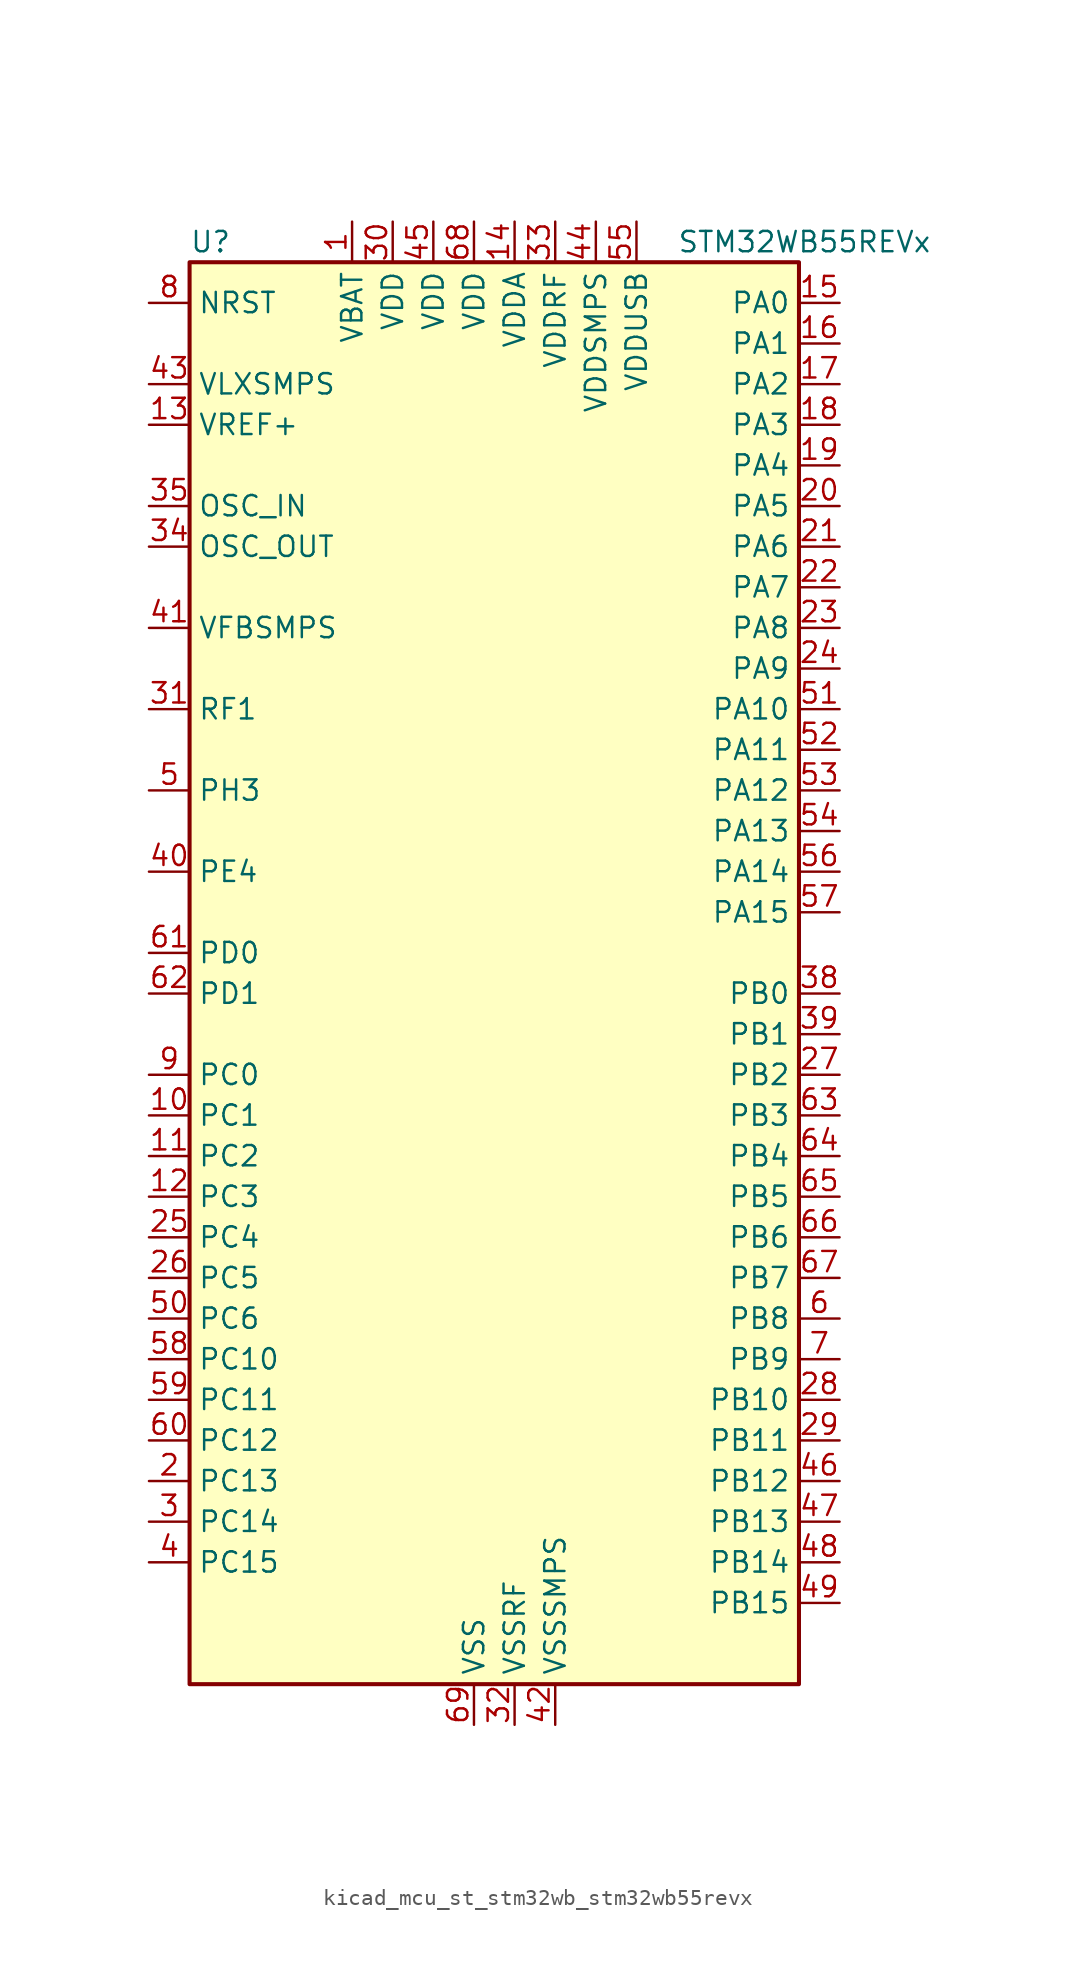
<source format=kicad_sym>
(kicad_symbol_lib
  (version 20220914)
  (generator kicad_symbol_editor)
  (symbol "kicad_mcu_st_stm32wb_stm32wb55revx"
    (property "Reference" "U"
      (at -17.78 46.99 0)
      (effects (font (size 1.27 1.27)) (justify left)))
    (property "Value" "STM32WB55REVx"
      (at 12.7 46.99 0)
      (effects (font (size 1.27 1.27)) (justify left)))
    (property "ki_locked" ""
      (at 0 0 0)
      (effects (font (size 1.27 1.27))))
    (symbol "kicad_mcu_st_stm32wb_stm32wb55revx_0_1"
      (rectangle (start -17.78 -43.18) (end 20.32 45.72) (stroke (width 0.254) (type default)) (fill (type background))))
    (symbol "kicad_mcu_st_stm32wb_stm32wb55revx_1_1"
      (pin power_in line (at -7.62 48.26 270) (length 2.54) (name "VBAT" (effects (font (size 1.27 1.27)))) (number "1" (effects (font (size 1.27 1.27)))))
      (pin bidirectional line (at -20.32 -7.62 0) (length 2.54) (name "PC1" (effects (font (size 1.27 1.27)))) (number "10" (effects (font (size 1.27 1.27)))) (alternate "ADC1_IN2" bidirectional line) (alternate "I2C3_SDA" bidirectional line) (alternate "LCD_SEG19" bidirectional line) (alternate "LPTIM1_OUT" bidirectional line) (alternate "LPUART1_TX" bidirectional line) (alternate "SPI2_MOSI" bidirectional line))
      (pin bidirectional line (at -20.32 -10.16 0) (length 2.54) (name "PC2" (effects (font (size 1.27 1.27)))) (number "11" (effects (font (size 1.27 1.27)))) (alternate "ADC1_IN3" bidirectional line) (alternate "LCD_SEG20" bidirectional line) (alternate "LPTIM1_IN2" bidirectional line) (alternate "SPI2_MISO" bidirectional line))
      (pin bidirectional line (at -20.32 -12.7 0) (length 2.54) (name "PC3" (effects (font (size 1.27 1.27)))) (number "12" (effects (font (size 1.27 1.27)))) (alternate "ADC1_IN4" bidirectional line) (alternate "LCD_VLCD" bidirectional line) (alternate "LPTIM1_ETR" bidirectional line) (alternate "LPTIM2_ETR" bidirectional line) (alternate "SAI1_D1" bidirectional line) (alternate "SAI1_SD_A" bidirectional line) (alternate "SPI2_MOSI" bidirectional line))
      (pin input line (at -20.32 35.56 0) (length 2.54) (name "VREF+" (effects (font (size 1.27 1.27)))) (number "13" (effects (font (size 1.27 1.27)))) (alternate "VREFBUF_OUT" bidirectional line))
      (pin power_in line (at 2.54 48.26 270) (length 2.54) (name "VDDA" (effects (font (size 1.27 1.27)))) (number "14" (effects (font (size 1.27 1.27)))))
      (pin bidirectional line (at 22.86 43.18 180) (length 2.54) (name "PA0" (effects (font (size 1.27 1.27)))) (number "15" (effects (font (size 1.27 1.27)))) (alternate "ADC1_IN5" bidirectional line) (alternate "COMP1_INM" bidirectional line) (alternate "COMP1_OUT" bidirectional line) (alternate "RTC_TAMP2" bidirectional line) (alternate "SAI1_EXTCLK" bidirectional line) (alternate "SYS_WKUP1" bidirectional line) (alternate "TIM2_CH1" bidirectional line) (alternate "TIM2_ETR" bidirectional line))
      (pin bidirectional line (at 22.86 40.64 180) (length 2.54) (name "PA1" (effects (font (size 1.27 1.27)))) (number "16" (effects (font (size 1.27 1.27)))) (alternate "ADC1_IN6" bidirectional line) (alternate "COMP1_INP" bidirectional line) (alternate "I2C1_SMBA" bidirectional line) (alternate "LCD_SEG0" bidirectional line) (alternate "SPI1_SCK" bidirectional line) (alternate "TIM2_CH2" bidirectional line))
      (pin bidirectional line (at 22.86 38.1 180) (length 2.54) (name "PA2" (effects (font (size 1.27 1.27)))) (number "17" (effects (font (size 1.27 1.27)))) (alternate "ADC1_IN7" bidirectional line) (alternate "COMP2_INM" bidirectional line) (alternate "COMP2_OUT" bidirectional line) (alternate "LCD_SEG1" bidirectional line) (alternate "LPUART1_TX" bidirectional line) (alternate "QUADSPI_BK1_NCS" bidirectional line) (alternate "RCC_LSCO" bidirectional line) (alternate "SYS_WKUP4" bidirectional line) (alternate "TIM2_CH3" bidirectional line))
      (pin bidirectional line (at 22.86 35.56 180) (length 2.54) (name "PA3" (effects (font (size 1.27 1.27)))) (number "18" (effects (font (size 1.27 1.27)))) (alternate "ADC1_IN8" bidirectional line) (alternate "COMP2_INP" bidirectional line) (alternate "LCD_SEG2" bidirectional line) (alternate "LPUART1_RX" bidirectional line) (alternate "QUADSPI_CLK" bidirectional line) (alternate "SAI1_CK1" bidirectional line) (alternate "SAI1_MCLK_A" bidirectional line) (alternate "TIM2_CH4" bidirectional line))
      (pin bidirectional line (at 22.86 33.02 180) (length 2.54) (name "PA4" (effects (font (size 1.27 1.27)))) (number "19" (effects (font (size 1.27 1.27)))) (alternate "ADC1_IN9" bidirectional line) (alternate "COMP1_INM" bidirectional line) (alternate "COMP2_INM" bidirectional line) (alternate "LCD_SEG5" bidirectional line) (alternate "LPTIM2_OUT" bidirectional line) (alternate "SAI1_FS_B" bidirectional line) (alternate "SPI1_NSS" bidirectional line))
      (pin bidirectional line (at -20.32 -30.48 0) (length 2.54) (name "PC13" (effects (font (size 1.27 1.27)))) (number "2" (effects (font (size 1.27 1.27)))) (alternate "RTC_OUT1" bidirectional line) (alternate "RTC_TAMP1" bidirectional line) (alternate "RTC_TS" bidirectional line) (alternate "SYS_WKUP2" bidirectional line))
      (pin bidirectional line (at 22.86 30.48 180) (length 2.54) (name "PA5" (effects (font (size 1.27 1.27)))) (number "20" (effects (font (size 1.27 1.27)))) (alternate "ADC1_IN10" bidirectional line) (alternate "COMP1_INM" bidirectional line) (alternate "COMP2_INM" bidirectional line) (alternate "LPTIM2_ETR" bidirectional line) (alternate "SAI1_SD_B" bidirectional line) (alternate "SPI1_SCK" bidirectional line) (alternate "TIM2_CH1" bidirectional line) (alternate "TIM2_ETR" bidirectional line))
      (pin bidirectional line (at 22.86 27.94 180) (length 2.54) (name "PA6" (effects (font (size 1.27 1.27)))) (number "21" (effects (font (size 1.27 1.27)))) (alternate "ADC1_IN11" bidirectional line) (alternate "LCD_SEG3" bidirectional line) (alternate "LPUART1_CTS" bidirectional line) (alternate "QUADSPI_BK1_IO3" bidirectional line) (alternate "SPI1_MISO" bidirectional line) (alternate "TIM16_CH1" bidirectional line) (alternate "TIM1_BKIN" bidirectional line))
      (pin bidirectional line (at 22.86 25.4 180) (length 2.54) (name "PA7" (effects (font (size 1.27 1.27)))) (number "22" (effects (font (size 1.27 1.27)))) (alternate "ADC1_IN12" bidirectional line) (alternate "COMP2_OUT" bidirectional line) (alternate "I2C3_SCL" bidirectional line) (alternate "LCD_SEG4" bidirectional line) (alternate "QUADSPI_BK1_IO2" bidirectional line) (alternate "SPI1_MOSI" bidirectional line) (alternate "TIM17_CH1" bidirectional line) (alternate "TIM1_CH1N" bidirectional line))
      (pin bidirectional line (at 22.86 22.86 180) (length 2.54) (name "PA8" (effects (font (size 1.27 1.27)))) (number "23" (effects (font (size 1.27 1.27)))) (alternate "ADC1_IN15" bidirectional line) (alternate "LCD_COM0" bidirectional line) (alternate "LPTIM2_OUT" bidirectional line) (alternate "RCC_MCO" bidirectional line) (alternate "SAI1_CK2" bidirectional line) (alternate "SAI1_SCK_A" bidirectional line) (alternate "TIM1_CH1" bidirectional line) (alternate "USART1_CK" bidirectional line))
      (pin bidirectional line (at 22.86 20.32 180) (length 2.54) (name "PA9" (effects (font (size 1.27 1.27)))) (number "24" (effects (font (size 1.27 1.27)))) (alternate "ADC1_IN16" bidirectional line) (alternate "COMP1_INM" bidirectional line) (alternate "I2C1_SCL" bidirectional line) (alternate "LCD_COM1" bidirectional line) (alternate "SAI1_D2" bidirectional line) (alternate "SAI1_FS_A" bidirectional line) (alternate "SPI2_SCK" bidirectional line) (alternate "TIM1_CH2" bidirectional line) (alternate "USART1_TX" bidirectional line))
      (pin bidirectional line (at -20.32 -15.24 0) (length 2.54) (name "PC4" (effects (font (size 1.27 1.27)))) (number "25" (effects (font (size 1.27 1.27)))) (alternate "ADC1_IN13" bidirectional line) (alternate "COMP1_INM" bidirectional line) (alternate "LCD_SEG22" bidirectional line))
      (pin bidirectional line (at -20.32 -17.78 0) (length 2.54) (name "PC5" (effects (font (size 1.27 1.27)))) (number "26" (effects (font (size 1.27 1.27)))) (alternate "ADC1_IN14" bidirectional line) (alternate "COMP1_INP" bidirectional line) (alternate "LCD_SEG23" bidirectional line) (alternate "SAI1_D3" bidirectional line) (alternate "SYS_WKUP5" bidirectional line))
      (pin bidirectional line (at 22.86 -5.08 180) (length 2.54) (name "PB2" (effects (font (size 1.27 1.27)))) (number "27" (effects (font (size 1.27 1.27)))) (alternate "COMP1_INP" bidirectional line) (alternate "I2C3_SMBA" bidirectional line) (alternate "LCD_VLCD" bidirectional line) (alternate "LPTIM1_OUT" bidirectional line) (alternate "RTC_OUT2" bidirectional line) (alternate "SAI1_EXTCLK" bidirectional line) (alternate "SPI1_NSS" bidirectional line))
      (pin bidirectional line (at 22.86 -25.4 180) (length 2.54) (name "PB10" (effects (font (size 1.27 1.27)))) (number "28" (effects (font (size 1.27 1.27)))) (alternate "COMP1_OUT" bidirectional line) (alternate "I2C3_SCL" bidirectional line) (alternate "LCD_SEG10" bidirectional line) (alternate "LPUART1_RX" bidirectional line) (alternate "QUADSPI_CLK" bidirectional line) (alternate "SAI1_SCK_A" bidirectional line) (alternate "SPI2_SCK" bidirectional line) (alternate "TIM2_CH3" bidirectional line) (alternate "TSC_SYNC" bidirectional line))
      (pin bidirectional line (at 22.86 -27.94 180) (length 2.54) (name "PB11" (effects (font (size 1.27 1.27)))) (number "29" (effects (font (size 1.27 1.27)))) (alternate "ADC1_EXTI11" bidirectional line) (alternate "COMP2_OUT" bidirectional line) (alternate "I2C3_SDA" bidirectional line) (alternate "LCD_SEG11" bidirectional line) (alternate "LPUART1_TX" bidirectional line) (alternate "QUADSPI_BK1_NCS" bidirectional line) (alternate "TIM2_CH4" bidirectional line))
      (pin bidirectional line (at -20.32 -33.02 0) (length 2.54) (name "PC14" (effects (font (size 1.27 1.27)))) (number "3" (effects (font (size 1.27 1.27)))) (alternate "RCC_OSC32_IN" bidirectional line))
      (pin power_in line (at -5.08 48.26 270) (length 2.54) (name "VDD" (effects (font (size 1.27 1.27)))) (number "30" (effects (font (size 1.27 1.27)))))
      (pin bidirectional line (at -20.32 17.78 0) (length 2.54) (name "RF1" (effects (font (size 1.27 1.27)))) (number "31" (effects (font (size 1.27 1.27)))) (alternate "RF_RF1" bidirectional line))
      (pin power_in line (at 2.54 -45.72 90) (length 2.54) (name "VSSRF" (effects (font (size 1.27 1.27)))) (number "32" (effects (font (size 1.27 1.27)))))
      (pin power_in line (at 5.08 48.26 270) (length 2.54) (name "VDDRF" (effects (font (size 1.27 1.27)))) (number "33" (effects (font (size 1.27 1.27)))))
      (pin input line (at -20.32 27.94 0) (length 2.54) (name "OSC_OUT" (effects (font (size 1.27 1.27)))) (number "34" (effects (font (size 1.27 1.27)))) (alternate "RCC_OSC_OUT" bidirectional line))
      (pin input line (at -20.32 30.48 0) (length 2.54) (name "OSC_IN" (effects (font (size 1.27 1.27)))) (number "35" (effects (font (size 1.27 1.27)))) (alternate "RCC_OSC_IN" bidirectional line))
      (pin no_connect line (at -17.78 -43.18 0) (length 2.54) hide (name "AT0" (effects (font (size 1.27 1.27)))) (number "36" (effects (font (size 1.27 1.27)))))
      (pin no_connect line (at -17.78 -40.64 0) (length 2.54) hide (name "AT1" (effects (font (size 1.27 1.27)))) (number "37" (effects (font (size 1.27 1.27)))))
      (pin bidirectional line (at 22.86 0 180) (length 2.54) (name "PB0" (effects (font (size 1.27 1.27)))) (number "38" (effects (font (size 1.27 1.27)))) (alternate "COMP1_OUT" bidirectional line) (alternate "RF_TX_MOD_EXT_PA" bidirectional line))
      (pin bidirectional line (at 22.86 -2.54 180) (length 2.54) (name "PB1" (effects (font (size 1.27 1.27)))) (number "39" (effects (font (size 1.27 1.27)))) (alternate "LPTIM2_IN1" bidirectional line) (alternate "LPUART1_DE" bidirectional line) (alternate "LPUART1_RTS" bidirectional line))
      (pin bidirectional line (at -20.32 -35.56 0) (length 2.54) (name "PC15" (effects (font (size 1.27 1.27)))) (number "4" (effects (font (size 1.27 1.27)))) (alternate "ADC1_EXTI15" bidirectional line) (alternate "RCC_OSC32_OUT" bidirectional line))
      (pin bidirectional line (at -20.32 7.62 0) (length 2.54) (name "PE4" (effects (font (size 1.27 1.27)))) (number "40" (effects (font (size 1.27 1.27)))))
      (pin input line (at -20.32 22.86 0) (length 2.54) (name "VFBSMPS" (effects (font (size 1.27 1.27)))) (number "41" (effects (font (size 1.27 1.27)))))
      (pin power_in line (at 5.08 -45.72 90) (length 2.54) (name "VSSSMPS" (effects (font (size 1.27 1.27)))) (number "42" (effects (font (size 1.27 1.27)))))
      (pin power_in line (at -20.32 38.1 0) (length 2.54) (name "VLXSMPS" (effects (font (size 1.27 1.27)))) (number "43" (effects (font (size 1.27 1.27)))))
      (pin power_in line (at 7.62 48.26 270) (length 2.54) (name "VDDSMPS" (effects (font (size 1.27 1.27)))) (number "44" (effects (font (size 1.27 1.27)))))
      (pin power_in line (at -2.54 48.26 270) (length 2.54) (name "VDD" (effects (font (size 1.27 1.27)))) (number "45" (effects (font (size 1.27 1.27)))))
      (pin bidirectional line (at 22.86 -30.48 180) (length 2.54) (name "PB12" (effects (font (size 1.27 1.27)))) (number "46" (effects (font (size 1.27 1.27)))) (alternate "I2C3_SMBA" bidirectional line) (alternate "LCD_SEG12" bidirectional line) (alternate "LPUART1_DE" bidirectional line) (alternate "LPUART1_RTS" bidirectional line) (alternate "SAI1_FS_A" bidirectional line) (alternate "SPI2_NSS" bidirectional line) (alternate "TIM1_BKIN" bidirectional line) (alternate "TSC_G1_IO1" bidirectional line))
      (pin bidirectional line (at 22.86 -33.02 180) (length 2.54) (name "PB13" (effects (font (size 1.27 1.27)))) (number "47" (effects (font (size 1.27 1.27)))) (alternate "I2C3_SCL" bidirectional line) (alternate "LCD_SEG13" bidirectional line) (alternate "LPUART1_CTS" bidirectional line) (alternate "SAI1_SCK_A" bidirectional line) (alternate "SPI2_SCK" bidirectional line) (alternate "TIM1_CH1N" bidirectional line) (alternate "TSC_G1_IO2" bidirectional line))
      (pin bidirectional line (at 22.86 -35.56 180) (length 2.54) (name "PB14" (effects (font (size 1.27 1.27)))) (number "48" (effects (font (size 1.27 1.27)))) (alternate "I2C3_SDA" bidirectional line) (alternate "LCD_SEG14" bidirectional line) (alternate "SAI1_MCLK_A" bidirectional line) (alternate "SPI2_MISO" bidirectional line) (alternate "TIM1_CH2N" bidirectional line) (alternate "TSC_G1_IO3" bidirectional line))
      (pin bidirectional line (at 22.86 -38.1 180) (length 2.54) (name "PB15" (effects (font (size 1.27 1.27)))) (number "49" (effects (font (size 1.27 1.27)))) (alternate "ADC1_EXTI15" bidirectional line) (alternate "LCD_SEG15" bidirectional line) (alternate "RTC_REFIN" bidirectional line) (alternate "SAI1_SD_A" bidirectional line) (alternate "SPI2_MOSI" bidirectional line) (alternate "TIM1_CH3N" bidirectional line) (alternate "TSC_G1_IO4" bidirectional line))
      (pin bidirectional line (at -20.32 12.7 0) (length 2.54) (name "PH3" (effects (font (size 1.27 1.27)))) (number "5" (effects (font (size 1.27 1.27)))) (alternate "RCC_LSCO" bidirectional line))
      (pin bidirectional line (at -20.32 -20.32 0) (length 2.54) (name "PC6" (effects (font (size 1.27 1.27)))) (number "50" (effects (font (size 1.27 1.27)))) (alternate "LCD_SEG24" bidirectional line))
      (pin bidirectional line (at 22.86 17.78 180) (length 2.54) (name "PA10" (effects (font (size 1.27 1.27)))) (number "51" (effects (font (size 1.27 1.27)))) (alternate "CRS_SYNC" bidirectional line) (alternate "I2C1_SDA" bidirectional line) (alternate "LCD_COM2" bidirectional line) (alternate "SAI1_D1" bidirectional line) (alternate "SAI1_SD_A" bidirectional line) (alternate "TIM17_BKIN" bidirectional line) (alternate "TIM1_CH3" bidirectional line) (alternate "USART1_RX" bidirectional line))
      (pin bidirectional line (at 22.86 15.24 180) (length 2.54) (name "PA11" (effects (font (size 1.27 1.27)))) (number "52" (effects (font (size 1.27 1.27)))) (alternate "ADC1_EXTI11" bidirectional line) (alternate "SPI1_MISO" bidirectional line) (alternate "TIM1_BKIN2" bidirectional line) (alternate "TIM1_CH4" bidirectional line) (alternate "USART1_CTS" bidirectional line) (alternate "USART1_NSS" bidirectional line) (alternate "USB_DM" bidirectional line))
      (pin bidirectional line (at 22.86 12.7 180) (length 2.54) (name "PA12" (effects (font (size 1.27 1.27)))) (number "53" (effects (font (size 1.27 1.27)))) (alternate "LPUART1_RX" bidirectional line) (alternate "SPI1_MOSI" bidirectional line) (alternate "TIM1_ETR" bidirectional line) (alternate "USART1_DE" bidirectional line) (alternate "USART1_RTS" bidirectional line) (alternate "USB_DP" bidirectional line))
      (pin bidirectional line (at 22.86 10.16 180) (length 2.54) (name "PA13" (effects (font (size 1.27 1.27)))) (number "54" (effects (font (size 1.27 1.27)))) (alternate "IR_OUT" bidirectional line) (alternate "SAI1_SD_B" bidirectional line) (alternate "SYS_JTMS-SWDIO" bidirectional line) (alternate "USB_NOE" bidirectional line))
      (pin power_in line (at 10.16 48.26 270) (length 2.54) (name "VDDUSB" (effects (font (size 1.27 1.27)))) (number "55" (effects (font (size 1.27 1.27)))))
      (pin bidirectional line (at 22.86 7.62 180) (length 2.54) (name "PA14" (effects (font (size 1.27 1.27)))) (number "56" (effects (font (size 1.27 1.27)))) (alternate "I2C1_SMBA" bidirectional line) (alternate "LCD_SEG5" bidirectional line) (alternate "LPTIM1_OUT" bidirectional line) (alternate "SAI1_FS_B" bidirectional line) (alternate "SYS_JTCK-SWCLK" bidirectional line))
      (pin bidirectional line (at 22.86 5.08 180) (length 2.54) (name "PA15" (effects (font (size 1.27 1.27)))) (number "57" (effects (font (size 1.27 1.27)))) (alternate "ADC1_EXTI15" bidirectional line) (alternate "LCD_SEG17" bidirectional line) (alternate "RCC_MCO" bidirectional line) (alternate "SPI1_NSS" bidirectional line) (alternate "SYS_JTDI" bidirectional line) (alternate "TIM2_CH1" bidirectional line) (alternate "TIM2_ETR" bidirectional line) (alternate "TSC_G3_IO1" bidirectional line))
      (pin bidirectional line (at -20.32 -22.86 0) (length 2.54) (name "PC10" (effects (font (size 1.27 1.27)))) (number "58" (effects (font (size 1.27 1.27)))) (alternate "LCD_COM4" bidirectional line) (alternate "LCD_SEG28" bidirectional line) (alternate "LCD_SEG40" bidirectional line) (alternate "SYS_TRACED1" bidirectional line) (alternate "TSC_G3_IO2" bidirectional line))
      (pin bidirectional line (at -20.32 -25.4 0) (length 2.54) (name "PC11" (effects (font (size 1.27 1.27)))) (number "59" (effects (font (size 1.27 1.27)))) (alternate "ADC1_EXTI11" bidirectional line) (alternate "LCD_COM5" bidirectional line) (alternate "LCD_SEG29" bidirectional line) (alternate "LCD_SEG41" bidirectional line) (alternate "TSC_G3_IO3" bidirectional line))
      (pin bidirectional line (at 22.86 -20.32 180) (length 2.54) (name "PB8" (effects (font (size 1.27 1.27)))) (number "6" (effects (font (size 1.27 1.27)))) (alternate "I2C1_SCL" bidirectional line) (alternate "LCD_SEG16" bidirectional line) (alternate "QUADSPI_BK1_IO1" bidirectional line) (alternate "SAI1_CK1" bidirectional line) (alternate "SAI1_MCLK_A" bidirectional line) (alternate "TIM16_CH1" bidirectional line) (alternate "TIM1_CH2N" bidirectional line))
      (pin bidirectional line (at -20.32 -27.94 0) (length 2.54) (name "PC12" (effects (font (size 1.27 1.27)))) (number "60" (effects (font (size 1.27 1.27)))) (alternate "LCD_COM6" bidirectional line) (alternate "LCD_SEG30" bidirectional line) (alternate "LCD_SEG42" bidirectional line) (alternate "RCC_LSCO" bidirectional line) (alternate "RTC_TAMP3" bidirectional line) (alternate "SYS_TRACED3" bidirectional line) (alternate "SYS_WKUP3" bidirectional line) (alternate "TSC_G3_IO4" bidirectional line))
      (pin bidirectional line (at -20.32 2.54 0) (length 2.54) (name "PD0" (effects (font (size 1.27 1.27)))) (number "61" (effects (font (size 1.27 1.27)))) (alternate "SPI2_NSS" bidirectional line))
      (pin bidirectional line (at -20.32 0 0) (length 2.54) (name "PD1" (effects (font (size 1.27 1.27)))) (number "62" (effects (font (size 1.27 1.27)))) (alternate "SPI2_SCK" bidirectional line))
      (pin bidirectional line (at 22.86 -7.62 180) (length 2.54) (name "PB3" (effects (font (size 1.27 1.27)))) (number "63" (effects (font (size 1.27 1.27)))) (alternate "COMP2_INM" bidirectional line) (alternate "LCD_SEG7" bidirectional line) (alternate "SAI1_SCK_B" bidirectional line) (alternate "SPI1_SCK" bidirectional line) (alternate "SYS_JTDO-SWO" bidirectional line) (alternate "TIM2_CH2" bidirectional line) (alternate "USART1_DE" bidirectional line) (alternate "USART1_RTS" bidirectional line))
      (pin bidirectional line (at 22.86 -10.16 180) (length 2.54) (name "PB4" (effects (font (size 1.27 1.27)))) (number "64" (effects (font (size 1.27 1.27)))) (alternate "COMP2_INP" bidirectional line) (alternate "I2C3_SDA" bidirectional line) (alternate "LCD_SEG8" bidirectional line) (alternate "SAI1_MCLK_B" bidirectional line) (alternate "SPI1_MISO" bidirectional line) (alternate "SYS_JTRST" bidirectional line) (alternate "TIM17_BKIN" bidirectional line) (alternate "TSC_G2_IO1" bidirectional line) (alternate "USART1_CTS" bidirectional line) (alternate "USART1_NSS" bidirectional line))
      (pin bidirectional line (at 22.86 -12.7 180) (length 2.54) (name "PB5" (effects (font (size 1.27 1.27)))) (number "65" (effects (font (size 1.27 1.27)))) (alternate "COMP2_OUT" bidirectional line) (alternate "I2C1_SMBA" bidirectional line) (alternate "LCD_SEG9" bidirectional line) (alternate "LPTIM1_IN1" bidirectional line) (alternate "LPUART1_TX" bidirectional line) (alternate "SAI1_SD_B" bidirectional line) (alternate "SPI1_MOSI" bidirectional line) (alternate "TIM16_BKIN" bidirectional line) (alternate "TSC_G2_IO2" bidirectional line) (alternate "USART1_CK" bidirectional line))
      (pin bidirectional line (at 22.86 -15.24 180) (length 2.54) (name "PB6" (effects (font (size 1.27 1.27)))) (number "66" (effects (font (size 1.27 1.27)))) (alternate "COMP2_INP" bidirectional line) (alternate "I2C1_SCL" bidirectional line) (alternate "LCD_SEG6" bidirectional line) (alternate "LPTIM1_ETR" bidirectional line) (alternate "RCC_MCO" bidirectional line) (alternate "SAI1_FS_B" bidirectional line) (alternate "TIM16_CH1N" bidirectional line) (alternate "TSC_G2_IO3" bidirectional line) (alternate "USART1_TX" bidirectional line))
      (pin bidirectional line (at 22.86 -17.78 180) (length 2.54) (name "PB7" (effects (font (size 1.27 1.27)))) (number "67" (effects (font (size 1.27 1.27)))) (alternate "COMP2_INM" bidirectional line) (alternate "I2C1_SDA" bidirectional line) (alternate "LCD_SEG21" bidirectional line) (alternate "LPTIM1_IN2" bidirectional line) (alternate "SYS_PVD_IN" bidirectional line) (alternate "TIM17_CH1N" bidirectional line) (alternate "TIM1_BKIN" bidirectional line) (alternate "TSC_G2_IO4" bidirectional line) (alternate "USART1_RX" bidirectional line))
      (pin power_in line (at 0 48.26 270) (length 2.54) (name "VDD" (effects (font (size 1.27 1.27)))) (number "68" (effects (font (size 1.27 1.27)))))
      (pin power_in line (at 0 -45.72 90) (length 2.54) (name "VSS" (effects (font (size 1.27 1.27)))) (number "69" (effects (font (size 1.27 1.27)))))
      (pin bidirectional line (at 22.86 -22.86 180) (length 2.54) (name "PB9" (effects (font (size 1.27 1.27)))) (number "7" (effects (font (size 1.27 1.27)))) (alternate "I2C1_SDA" bidirectional line) (alternate "IR_OUT" bidirectional line) (alternate "LCD_COM3" bidirectional line) (alternate "QUADSPI_BK1_IO0" bidirectional line) (alternate "SAI1_D2" bidirectional line) (alternate "SAI1_FS_A" bidirectional line) (alternate "SPI2_NSS" bidirectional line) (alternate "TIM17_CH1" bidirectional line) (alternate "TIM1_CH3N" bidirectional line))
      (pin input line (at -20.32 43.18 0) (length 2.54) (name "NRST" (effects (font (size 1.27 1.27)))) (number "8" (effects (font (size 1.27 1.27)))))
      (pin bidirectional line (at -20.32 -5.08 0) (length 2.54) (name "PC0" (effects (font (size 1.27 1.27)))) (number "9" (effects (font (size 1.27 1.27)))) (alternate "ADC1_IN1" bidirectional line) (alternate "I2C3_SCL" bidirectional line) (alternate "LCD_SEG18" bidirectional line) (alternate "LPTIM1_IN1" bidirectional line) (alternate "LPTIM2_IN1" bidirectional line) (alternate "LPUART1_RX" bidirectional line)))))
</source>
